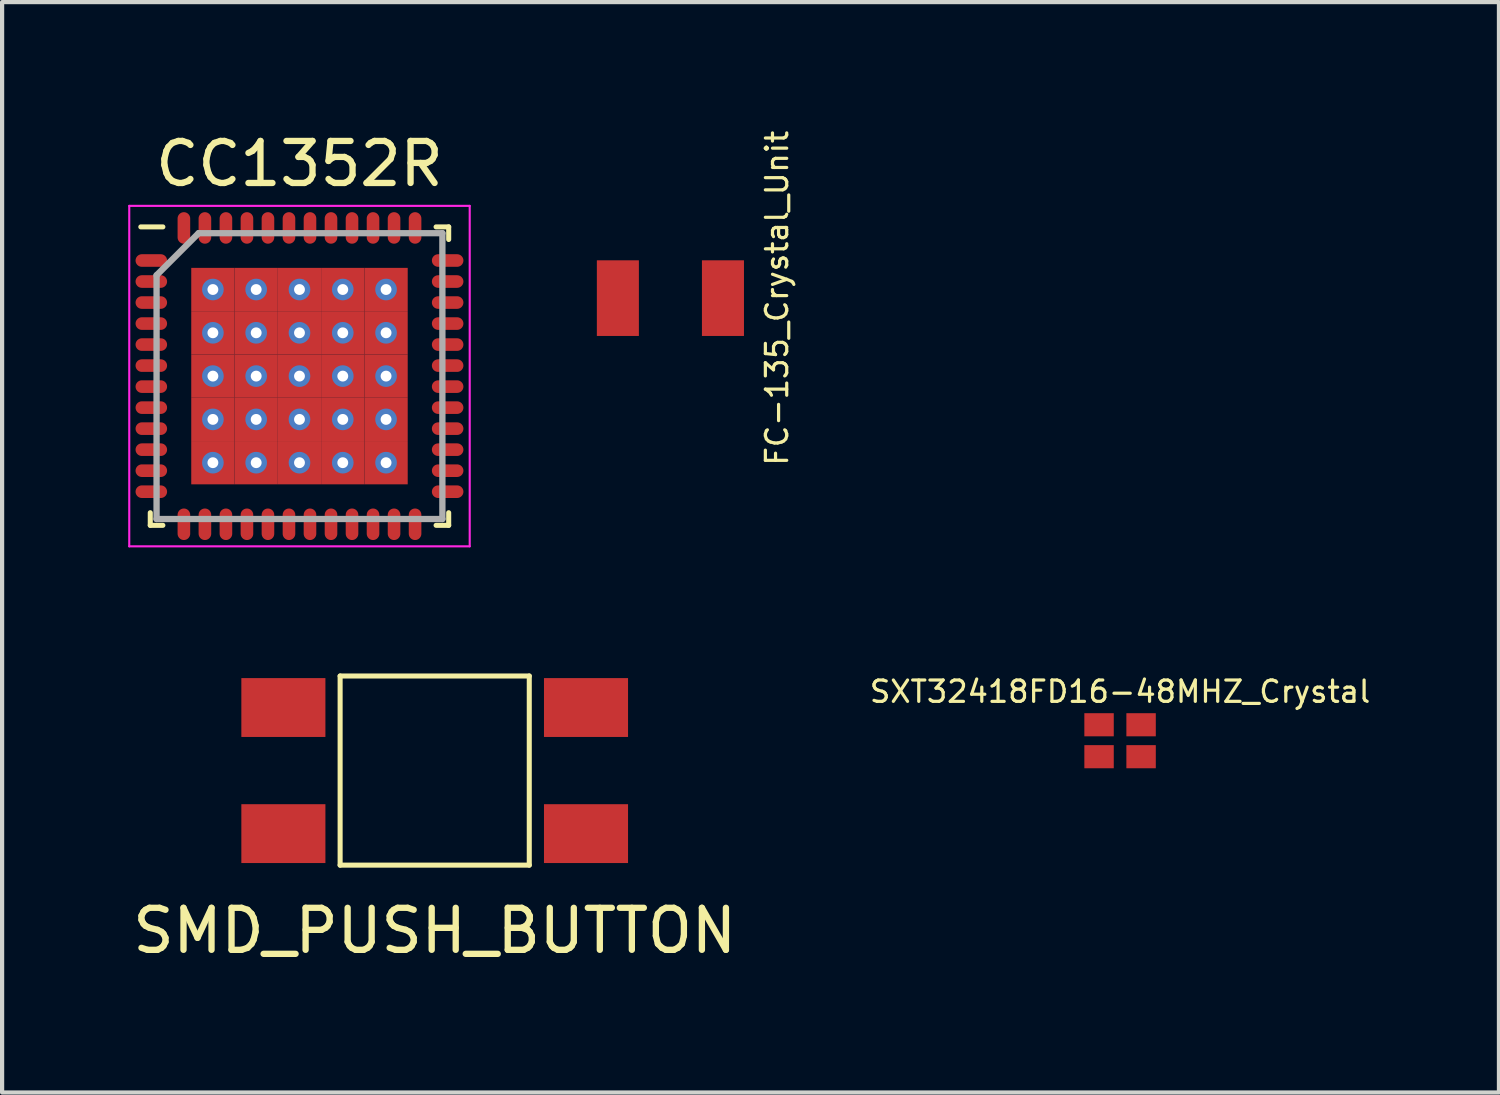
<source format=kicad_pcb>
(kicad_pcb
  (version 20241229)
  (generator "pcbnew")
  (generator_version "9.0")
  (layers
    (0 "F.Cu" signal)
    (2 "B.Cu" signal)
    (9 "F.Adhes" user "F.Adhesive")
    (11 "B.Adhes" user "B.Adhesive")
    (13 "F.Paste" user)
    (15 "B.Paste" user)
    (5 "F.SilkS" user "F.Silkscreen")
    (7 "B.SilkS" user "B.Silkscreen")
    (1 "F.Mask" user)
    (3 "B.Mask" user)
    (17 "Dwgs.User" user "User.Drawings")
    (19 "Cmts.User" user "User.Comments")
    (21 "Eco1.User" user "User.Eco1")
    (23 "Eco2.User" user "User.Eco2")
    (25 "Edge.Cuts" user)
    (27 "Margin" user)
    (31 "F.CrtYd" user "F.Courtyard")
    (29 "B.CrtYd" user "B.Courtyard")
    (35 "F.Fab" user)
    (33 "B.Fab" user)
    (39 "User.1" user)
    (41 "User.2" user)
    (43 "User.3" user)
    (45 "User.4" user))
  (footprint "SXT32418FD16-48MHZ_Crystal"
    (layer "F.Cu")
    (at 23.598 14.573)
    (property "Reference" "SXT32418FD16-48MHZ_Crystal" (at 0 -1.168 0) (layer "F.SilkS") (effects (font (size 0.508 0.508) (thickness 0.076))))
    (attr through_hole)
    (pad "1" smd rect (at -0.5 -0.38) (size 0.7 0.55) (layers "F.Cu" "F.Mask" "F.Paste"))
    (pad "2" smd rect (at 0.5 -0.38 180) (size 0.7 0.55) (layers "F.Cu" "F.Mask" "F.Paste"))
    (pad "3" smd rect (at 0.5 0.38 180) (size 0.7 0.55) (layers "F.Cu" "F.Mask" "F.Paste"))
    (pad "4" smd rect (at -0.5 0.38) (size 0.7 0.55) (layers "F.Cu" "F.Mask" "F.Paste")))
  (footprint "SMD_PUSH_BUTTON"
    (layer "F.Cu")
    (at 7.292 15.283)
    (property "Reference" "SMD_PUSH_BUTTON" (at 0 3.81 0) (layer "F.SilkS") (effects (font (size 1 1) (thickness 0.15))))
    (attr through_hole)
    (fp_line (start -2.25 2.25) (end -2.25 -2.25) (stroke (width 0.12) (type solid)) (layer "F.SilkS"))
    (fp_line (start -2.25 2.25) (end 2.25 2.25) (stroke (width 0.12) (type solid)) (layer "F.SilkS"))
    (fp_line (start 2.25 -2.25) (end -2.25 -2.25) (stroke (width 0.12) (type solid)) (layer "F.SilkS"))
    (fp_line (start 2.25 2.25) (end 2.25 -2.25) (stroke (width 0.12) (type solid)) (layer "F.SilkS"))
    (pad "1" smd rect (at -3.6 1.5) (size 2 1.4) (layers "F.Cu" "F.Mask" "F.Paste"))
    (pad "2" smd rect (at 3.6 1.5) (size 2 1.4) (layers "F.Cu" "F.Mask" "F.Paste"))
    (pad "3" smd rect (at -3.6 -1.5) (size 2 1.4) (layers "F.Cu" "F.Mask" "F.Paste"))
    (pad "4" smd rect (at 3.6 -1.5) (size 2 1.4) (layers "F.Cu" "F.Mask" "F.Paste")))
  (footprint "FC-135_Crystal_Unit"
    (layer "F.Cu")
    (at 13.15 4.043)
    (property "Reference" "FC-135_Crystal_Unit" (at 2.286 0 90) (layer "F.SilkS") (effects (font (size 0.508 0.508) (thickness 0.076))))
    (attr through_hole)
    (pad "1" smd rect (at -1.5 0) (size 1 1.8) (layers "F.Cu" "F.Mask" "F.Paste"))
    (pad "2" smd rect (at 1 0) (size 1 1.8) (layers "F.Cu" "F.Mask" "F.Paste")))
  (footprint "CC1352R"
    (layer "F.Cu")
    (at 4.075 5.898)
    (property "Reference" "CC1352R" (at 0 -5.05 0) (layer "F.SilkS") (effects (font (size 1 1) (thickness 0.15))))
    (attr smd)
    (fp_line (start -3.55 3.55) (end -3.55 3.25) (stroke (width 0.12) (type solid)) (layer "F.SilkS"))
    (fp_line (start -3.25 -3.55) (end -3.775 -3.55) (stroke (width 0.12) (type solid)) (layer "F.SilkS"))
    (fp_line (start -3.25 3.55) (end -3.55 3.55) (stroke (width 0.12) (type solid)) (layer "F.SilkS"))
    (fp_line (start 3.25 -3.55) (end 3.55 -3.55) (stroke (width 0.12) (type solid)) (layer "F.SilkS"))
    (fp_line (start 3.25 3.55) (end 3.55 3.55) (stroke (width 0.12) (type solid)) (layer "F.SilkS"))
    (fp_line (start 3.55 -3.55) (end 3.55 -3.25) (stroke (width 0.12) (type solid)) (layer "F.SilkS"))
    (fp_line (start 3.55 3.55) (end 3.55 3.25) (stroke (width 0.12) (type solid)) (layer "F.SilkS"))
    (fp_line (start -4.05 -4.05) (end 4.05 -4.05) (stroke (width 0.05) (type solid)) (layer "F.CrtYd"))
    (fp_line (start -4.05 4.05) (end -4.05 -4.05) (stroke (width 0.05) (type solid)) (layer "F.CrtYd"))
    (fp_line (start 4.05 -4.05) (end 4.05 4.05) (stroke (width 0.05) (type solid)) (layer "F.CrtYd"))
    (fp_line (start 4.05 4.05) (end -4.05 4.05) (stroke (width 0.05) (type solid)) (layer "F.CrtYd"))
    (fp_line (start -3.4 -2.4) (end -3.4 3.4) (stroke (width 0.15) (type solid)) (layer "F.Fab"))
    (fp_line (start -3.4 3.4) (end 3.4 3.4) (stroke (width 0.15) (type solid)) (layer "F.Fab"))
    (fp_line (start -2.4 -3.4) (end -3.4 -2.4) (stroke (width 0.15) (type solid)) (layer "F.Fab"))
    (fp_line (start 3.4 -3.4) (end -2.4 -3.4) (stroke (width 0.15) (type solid)) (layer "F.Fab"))
    (fp_line (start 3.4 3.4) (end 3.4 -3.4) (stroke (width 0.15) (type solid)) (layer "F.Fab"))
    (pad "1" smd oval (at -3.525 -2.75 90) (size 0.3 0.75) (layers "F.Cu" "F.Mask" "F.Paste"))
    (pad "2" smd oval (at -3.525 -2.25 90) (size 0.3 0.75) (layers "F.Cu" "F.Mask" "F.Paste"))
    (pad "3" smd oval (at -3.525 -1.75 90) (size 0.3 0.75) (layers "F.Cu" "F.Mask" "F.Paste"))
    (pad "4" smd oval (at -3.525 -1.25 90) (size 0.3 0.75) (layers "F.Cu" "F.Mask" "F.Paste"))
    (pad "5" smd oval (at -3.525 -0.75 90) (size 0.3 0.75) (layers "F.Cu" "F.Mask" "F.Paste"))
    (pad "6" smd oval (at -3.525 -0.25 90) (size 0.3 0.75) (layers "F.Cu" "F.Mask" "F.Paste"))
    (pad "7" smd oval (at -3.525 0.25 90) (size 0.3 0.75) (layers "F.Cu" "F.Mask" "F.Paste"))
    (pad "8" smd oval (at -3.525 0.75 90) (size 0.3 0.75) (layers "F.Cu" "F.Mask" "F.Paste"))
    (pad "9" smd oval (at -3.525 1.25 90) (size 0.3 0.75) (layers "F.Cu" "F.Mask" "F.Paste"))
    (pad "10" smd oval (at -3.525 1.75 90) (size 0.3 0.75) (layers "F.Cu" "F.Mask" "F.Paste"))
    (pad "11" smd oval (at -3.525 2.25 90) (size 0.3 0.75) (layers "F.Cu" "F.Mask" "F.Paste"))
    (pad "12" smd oval (at -3.525 2.75 90) (size 0.3 0.75) (layers "F.Cu" "F.Mask" "F.Paste"))
    (pad "13" smd oval (at -2.75 3.525) (size 0.3 0.75) (layers "F.Cu" "F.Mask" "F.Paste"))
    (pad "14" smd oval (at -2.25 3.525) (size 0.3 0.75) (layers "F.Cu" "F.Mask" "F.Paste"))
    (pad "15" smd oval (at -1.75 3.525) (size 0.3 0.75) (layers "F.Cu" "F.Mask" "F.Paste"))
    (pad "16" smd oval (at -1.25 3.525) (size 0.3 0.75) (layers "F.Cu" "F.Mask" "F.Paste"))
    (pad "17" smd oval (at -0.75 3.525) (size 0.3 0.75) (layers "F.Cu" "F.Mask" "F.Paste"))
    (pad "18" smd oval (at -0.25 3.525) (size 0.3 0.75) (layers "F.Cu" "F.Mask" "F.Paste"))
    (pad "19" smd oval (at 0.25 3.525) (size 0.3 0.75) (layers "F.Cu" "F.Mask" "F.Paste"))
    (pad "20" smd oval (at 0.75 3.525) (size 0.3 0.75) (layers "F.Cu" "F.Mask" "F.Paste"))
    (pad "21" smd oval (at 1.25 3.525) (size 0.3 0.75) (layers "F.Cu" "F.Mask" "F.Paste"))
    (pad "22" smd oval (at 1.75 3.525) (size 0.3 0.75) (layers "F.Cu" "F.Mask" "F.Paste"))
    (pad "23" smd oval (at 2.25 3.525) (size 0.3 0.75) (layers "F.Cu" "F.Mask" "F.Paste"))
    (pad "24" smd oval (at 2.75 3.525) (size 0.3 0.75) (layers "F.Cu" "F.Mask" "F.Paste"))
    (pad "25" smd oval (at 3.525 2.75 90) (size 0.3 0.75) (layers "F.Cu" "F.Mask" "F.Paste"))
    (pad "26" smd oval (at 3.525 2.25 90) (size 0.3 0.75) (layers "F.Cu" "F.Mask" "F.Paste"))
    (pad "27" smd oval (at 3.525 1.75 90) (size 0.3 0.75) (layers "F.Cu" "F.Mask" "F.Paste"))
    (pad "28" smd oval (at 3.525 1.25 90) (size 0.3 0.75) (layers "F.Cu" "F.Mask" "F.Paste"))
    (pad "29" smd oval (at 3.525 0.75 90) (size 0.3 0.75) (layers "F.Cu" "F.Mask" "F.Paste"))
    (pad "30" smd oval (at 3.525 0.25 90) (size 0.3 0.75) (layers "F.Cu" "F.Mask" "F.Paste"))
    (pad "31" smd oval (at 3.525 -0.25 90) (size 0.3 0.75) (layers "F.Cu" "F.Mask" "F.Paste"))
    (pad "32" smd oval (at 3.525 -0.75 90) (size 0.3 0.75) (layers "F.Cu" "F.Mask" "F.Paste"))
    (pad "33" smd oval (at 3.525 -1.25 90) (size 0.3 0.75) (layers "F.Cu" "F.Mask" "F.Paste"))
    (pad "34" smd oval (at 3.525 -1.75 90) (size 0.3 0.75) (layers "F.Cu" "F.Mask" "F.Paste"))
    (pad "35" smd oval (at 3.525 -2.25 90) (size 0.3 0.75) (layers "F.Cu" "F.Mask" "F.Paste"))
    (pad "36" smd oval (at 3.525 -2.75 90) (size 0.3 0.75) (layers "F.Cu" "F.Mask" "F.Paste"))
    (pad "37" smd oval (at 2.75 -3.525) (size 0.3 0.75) (layers "F.Cu" "F.Mask" "F.Paste"))
    (pad "38" smd oval (at 2.25 -3.525) (size 0.3 0.75) (layers "F.Cu" "F.Mask" "F.Paste"))
    (pad "39" smd oval (at 1.75 -3.525) (size 0.3 0.75) (layers "F.Cu" "F.Mask" "F.Paste"))
    (pad "40" smd oval (at 1.25 -3.525) (size 0.3 0.75) (layers "F.Cu" "F.Mask" "F.Paste"))
    (pad "41" smd oval (at 0.75 -3.525) (size 0.3 0.75) (layers "F.Cu" "F.Mask" "F.Paste"))
    (pad "42" smd oval (at 0.25 -3.525) (size 0.3 0.75) (layers "F.Cu" "F.Mask" "F.Paste"))
    (pad "43" smd oval (at -0.25 -3.525) (size 0.3 0.75) (layers "F.Cu" "F.Mask" "F.Paste"))
    (pad "44" smd oval (at -0.75 -3.525) (size 0.3 0.75) (layers "F.Cu" "F.Mask" "F.Paste"))
    (pad "45" smd oval (at -1.25 -3.525) (size 0.3 0.75) (layers "F.Cu" "F.Mask" "F.Paste"))
    (pad "46" smd oval (at -1.75 -3.525) (size 0.3 0.75) (layers "F.Cu" "F.Mask" "F.Paste"))
    (pad "47" smd oval (at -2.25 -3.525) (size 0.3 0.75) (layers "F.Cu" "F.Mask" "F.Paste"))
    (pad "48" smd oval (at -2.75 -3.525) (size 0.3 0.75) (layers "F.Cu" "F.Mask" "F.Paste"))
    (pad "49" thru_hole circle (at -2.06 -2.06) (size 0.515 0.515) (drill 0.258) (layers "*.Cu" "*.Mask"))
    (pad "49" smd rect (at -2.06 -2.06) (size 1.03 1.03) (layers "F.Cu" "F.Mask" "F.Paste"))
    (pad "49" thru_hole circle (at -2.06 -1.03) (size 0.515 0.515) (drill 0.258) (layers "*.Cu" "*.Mask"))
    (pad "49" smd rect (at -2.06 -1.03) (size 1.03 1.03) (layers "F.Cu" "F.Mask" "F.Paste"))
    (pad "49" thru_hole circle (at -2.06 0) (size 0.515 0.515) (drill 0.258) (layers "*.Cu" "*.Mask"))
    (pad "49" smd rect (at -2.06 0) (size 1.03 1.03) (layers "F.Cu" "F.Mask" "F.Paste"))
    (pad "49" thru_hole circle (at -2.06 1.03) (size 0.515 0.515) (drill 0.258) (layers "*.Cu" "*.Mask"))
    (pad "49" smd rect (at -2.06 1.03) (size 1.03 1.03) (layers "F.Cu" "F.Mask" "F.Paste"))
    (pad "49" thru_hole circle (at -2.06 2.06) (size 0.515 0.515) (drill 0.258) (layers "*.Cu" "*.Mask"))
    (pad "49" smd rect (at -2.06 2.06) (size 1.03 1.03) (layers "F.Cu" "F.Mask" "F.Paste"))
    (pad "49" thru_hole circle (at -1.03 -2.06) (size 0.515 0.515) (drill 0.258) (layers "*.Cu" "*.Mask"))
    (pad "49" smd rect (at -1.03 -2.06) (size 1.03 1.03) (layers "F.Cu" "F.Mask" "F.Paste"))
    (pad "49" thru_hole circle (at -1.03 -1.03) (size 0.515 0.515) (drill 0.258) (layers "*.Cu" "*.Mask"))
    (pad "49" smd rect (at -1.03 -1.03) (size 1.03 1.03) (layers "F.Cu" "F.Mask" "F.Paste"))
    (pad "49" thru_hole circle (at -1.03 0) (size 0.515 0.515) (drill 0.258) (layers "*.Cu" "*.Mask"))
    (pad "49" smd rect (at -1.03 0) (size 1.03 1.03) (layers "F.Cu" "F.Mask" "F.Paste"))
    (pad "49" thru_hole circle (at -1.03 1.03) (size 0.515 0.515) (drill 0.258) (layers "*.Cu" "*.Mask"))
    (pad "49" smd rect (at -1.03 1.03) (size 1.03 1.03) (layers "F.Cu" "F.Mask" "F.Paste"))
    (pad "49" thru_hole circle (at -1.03 2.06) (size 0.515 0.515) (drill 0.258) (layers "*.Cu" "*.Mask"))
    (pad "49" smd rect (at -1.03 2.06) (size 1.03 1.03) (layers "F.Cu" "F.Mask" "F.Paste"))
    (pad "49" thru_hole circle (at 0 -2.06) (size 0.515 0.515) (drill 0.258) (layers "*.Cu" "*.Mask"))
    (pad "49" smd rect (at 0 -2.06) (size 1.03 1.03) (layers "F.Cu" "F.Mask" "F.Paste"))
    (pad "49" thru_hole circle (at 0 -1.03) (size 0.515 0.515) (drill 0.258) (layers "*.Cu" "*.Mask"))
    (pad "49" smd rect (at 0 -1.03) (size 1.03 1.03) (layers "F.Cu" "F.Mask" "F.Paste"))
    (pad "49" thru_hole circle (at 0 0) (size 0.515 0.515) (drill 0.258) (layers "*.Cu" "*.Mask"))
    (pad "49" smd rect (at 0 0) (size 1.03 1.03) (layers "F.Cu" "F.Mask" "F.Paste"))
    (pad "49" thru_hole circle (at 0 1.03) (size 0.515 0.515) (drill 0.258) (layers "*.Cu" "*.Mask"))
    (pad "49" smd rect (at 0 1.03) (size 1.03 1.03) (layers "F.Cu" "F.Mask" "F.Paste"))
    (pad "49" thru_hole circle (at 0 2.06) (size 0.515 0.515) (drill 0.258) (layers "*.Cu" "*.Mask"))
    (pad "49" smd rect (at 0 2.06) (size 1.03 1.03) (layers "F.Cu" "F.Mask" "F.Paste"))
    (pad "49" thru_hole circle (at 1.03 -2.06) (size 0.515 0.515) (drill 0.258) (layers "*.Cu" "*.Mask"))
    (pad "49" smd rect (at 1.03 -2.06) (size 1.03 1.03) (layers "F.Cu" "F.Mask" "F.Paste"))
    (pad "49" thru_hole circle (at 1.03 -1.03) (size 0.515 0.515) (drill 0.258) (layers "*.Cu" "*.Mask"))
    (pad "49" smd rect (at 1.03 -1.03) (size 1.03 1.03) (layers "F.Cu" "F.Mask" "F.Paste"))
    (pad "49" thru_hole circle (at 1.03 0) (size 0.515 0.515) (drill 0.258) (layers "*.Cu" "*.Mask"))
    (pad "49" smd rect (at 1.03 0) (size 1.03 1.03) (layers "F.Cu" "F.Mask" "F.Paste"))
    (pad "49" thru_hole circle (at 1.03 1.03) (size 0.515 0.515) (drill 0.258) (layers "*.Cu" "*.Mask"))
    (pad "49" smd rect (at 1.03 1.03) (size 1.03 1.03) (layers "F.Cu" "F.Mask" "F.Paste"))
    (pad "49" thru_hole circle (at 1.03 2.06) (size 0.515 0.515) (drill 0.258) (layers "*.Cu" "*.Mask"))
    (pad "49" smd rect (at 1.03 2.06) (size 1.03 1.03) (layers "F.Cu" "F.Mask" "F.Paste"))
    (pad "49" thru_hole circle (at 2.06 -2.06) (size 0.515 0.515) (drill 0.258) (layers "*.Cu" "*.Mask"))
    (pad "49" smd rect (at 2.06 -2.06) (size 1.03 1.03) (layers "F.Cu" "F.Mask" "F.Paste"))
    (pad "49" thru_hole circle (at 2.06 -1.03) (size 0.515 0.515) (drill 0.258) (layers "*.Cu" "*.Mask"))
    (pad "49" smd rect (at 2.06 -1.03) (size 1.03 1.03) (layers "F.Cu" "F.Mask" "F.Paste"))
    (pad "49" thru_hole circle (at 2.06 0) (size 0.515 0.515) (drill 0.258) (layers "*.Cu" "*.Mask"))
    (pad "49" smd rect (at 2.06 0) (size 1.03 1.03) (layers "F.Cu" "F.Mask" "F.Paste"))
    (pad "49" thru_hole circle (at 2.06 1.03) (size 0.515 0.515) (drill 0.258) (layers "*.Cu" "*.Mask"))
    (pad "49" smd rect (at 2.06 1.03) (size 1.03 1.03) (layers "F.Cu" "F.Mask" "F.Paste"))
    (pad "49" thru_hole circle (at 2.06 2.06) (size 0.515 0.515) (drill 0.258) (layers "*.Cu" "*.Mask"))
    (pad "49" smd rect (at 2.06 2.06) (size 1.03 1.03) (layers "F.Cu" "F.Mask" "F.Paste")))
  (gr_rect
    (start -3 -3)
    (end 32.612 22.942)
    (stroke (width 0.1) (type default))
    (fill no)
    (layer "Edge.Cuts")))
</source>
